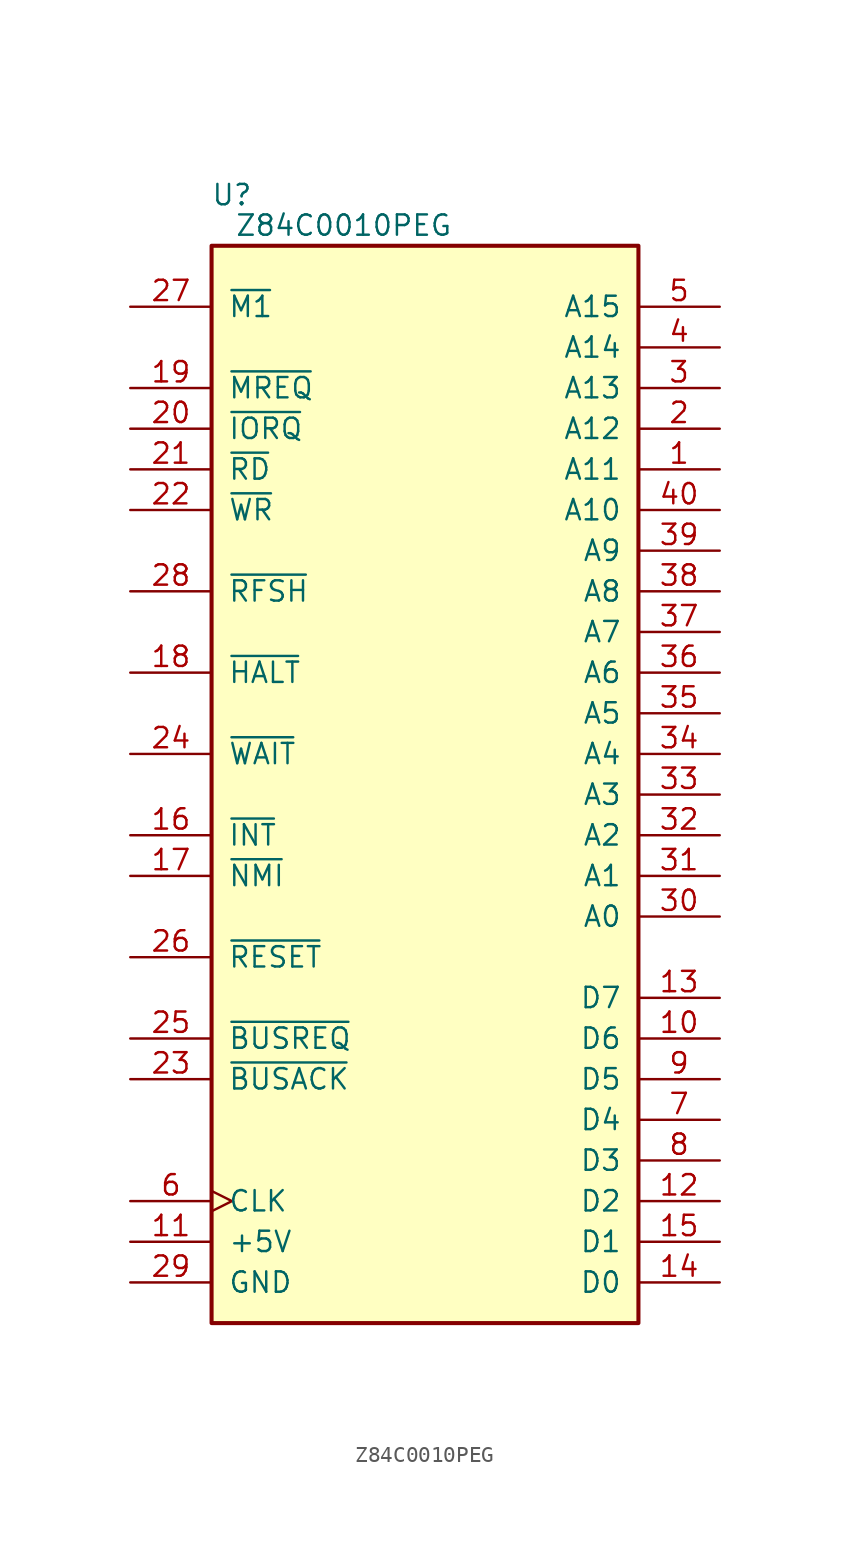
<source format=kicad_sym>
(kicad_symbol_lib
  (version 20211014)
  (generator kicad_symbol_editor)
  (symbol "Z84C0010PEG"
    (pin_names
      (offset 1.016))
    (property "Reference" "U"
      (at 1.27 3.175 0)
      (effects (font (size 1.27 1.27))))
    (property "Value" "Z84C0010PEG"
      (at 8.255 1.27 0)
      (effects (font (size 1.27 1.27))))
    (symbol "Z84C0010PEG_0_1"
      (rectangle (start 0 0) (end 26.67 -67.31) (stroke (width 0.254) (type default) (color 0 0 0 0)) (fill (type background))))
    (symbol "Z84C0010PEG_1_1"
      (pin output line (at 31.75 -13.97 180) (length 5.08) (name "A11" (effects (font (size 1.27 1.27)))) (number "1" (effects (font (size 1.27 1.27)))))
      (pin bidirectional line (at 31.75 -49.53 180) (length 5.08) (name "D6" (effects (font (size 1.27 1.27)))) (number "10" (effects (font (size 1.27 1.27)))))
      (pin power_in line (at -5.08 -62.23 0) (length 5.08) (name "+5V" (effects (font (size 1.27 1.27)))) (number "11" (effects (font (size 1.27 1.27)))))
      (pin bidirectional line (at 31.75 -59.69 180) (length 5.08) (name "D2" (effects (font (size 1.27 1.27)))) (number "12" (effects (font (size 1.27 1.27)))))
      (pin bidirectional line (at 31.75 -46.99 180) (length 5.08) (name "D7" (effects (font (size 1.27 1.27)))) (number "13" (effects (font (size 1.27 1.27)))))
      (pin bidirectional line (at 31.75 -64.77 180) (length 5.08) (name "D0" (effects (font (size 1.27 1.27)))) (number "14" (effects (font (size 1.27 1.27)))))
      (pin bidirectional line (at 31.75 -62.23 180) (length 5.08) (name "D1" (effects (font (size 1.27 1.27)))) (number "15" (effects (font (size 1.27 1.27)))))
      (pin input line (at -5.08 -36.83 0) (length 5.08) (name "~{INT}" (effects (font (size 1.27 1.27)))) (number "16" (effects (font (size 1.27 1.27)))))
      (pin input line (at -5.08 -39.37 0) (length 5.08) (name "~{NMI}" (effects (font (size 1.27 1.27)))) (number "17" (effects (font (size 1.27 1.27)))))
      (pin output line (at -5.08 -26.67 0) (length 5.08) (name "~{HALT}" (effects (font (size 1.27 1.27)))) (number "18" (effects (font (size 1.27 1.27)))))
      (pin output line (at -5.08 -8.89 0) (length 5.08) (name "~{MREQ}" (effects (font (size 1.27 1.27)))) (number "19" (effects (font (size 1.27 1.27)))))
      (pin output line (at 31.75 -11.43 180) (length 5.08) (name "A12" (effects (font (size 1.27 1.27)))) (number "2" (effects (font (size 1.27 1.27)))))
      (pin output line (at -5.08 -11.43 0) (length 5.08) (name "~{IORQ}" (effects (font (size 1.27 1.27)))) (number "20" (effects (font (size 1.27 1.27)))))
      (pin output line (at -5.08 -13.97 0) (length 5.08) (name "~{RD}" (effects (font (size 1.27 1.27)))) (number "21" (effects (font (size 1.27 1.27)))))
      (pin output line (at -5.08 -16.51 0) (length 5.08) (name "~{WR}" (effects (font (size 1.27 1.27)))) (number "22" (effects (font (size 1.27 1.27)))))
      (pin output line (at -5.08 -52.07 0) (length 5.08) (name "~{BUSACK}" (effects (font (size 1.27 1.27)))) (number "23" (effects (font (size 1.27 1.27)))))
      (pin input line (at -5.08 -31.75 0) (length 5.08) (name "~{WAIT}" (effects (font (size 1.27 1.27)))) (number "24" (effects (font (size 1.27 1.27)))))
      (pin input line (at -5.08 -49.53 0) (length 5.08) (name "~{BUSREQ}" (effects (font (size 1.27 1.27)))) (number "25" (effects (font (size 1.27 1.27)))))
      (pin input line (at -5.08 -44.45 0) (length 5.08) (name "~{RESET}" (effects (font (size 1.27 1.27)))) (number "26" (effects (font (size 1.27 1.27)))))
      (pin output line (at -5.08 -3.81 0) (length 5.08) (name "~{M1}" (effects (font (size 1.27 1.27)))) (number "27" (effects (font (size 1.27 1.27)))))
      (pin output line (at -5.08 -21.59 0) (length 5.08) (name "~{RFSH}" (effects (font (size 1.27 1.27)))) (number "28" (effects (font (size 1.27 1.27)))))
      (pin power_in line (at -5.08 -64.77 0) (length 5.08) (name "GND" (effects (font (size 1.27 1.27)))) (number "29" (effects (font (size 1.27 1.27)))))
      (pin output line (at 31.75 -8.89 180) (length 5.08) (name "A13" (effects (font (size 1.27 1.27)))) (number "3" (effects (font (size 1.27 1.27)))))
      (pin output line (at 31.75 -41.91 180) (length 5.08) (name "A0" (effects (font (size 1.27 1.27)))) (number "30" (effects (font (size 1.27 1.27)))))
      (pin output line (at 31.75 -39.37 180) (length 5.08) (name "A1" (effects (font (size 1.27 1.27)))) (number "31" (effects (font (size 1.27 1.27)))))
      (pin output line (at 31.75 -36.83 180) (length 5.08) (name "A2" (effects (font (size 1.27 1.27)))) (number "32" (effects (font (size 1.27 1.27)))))
      (pin output line (at 31.75 -34.29 180) (length 5.08) (name "A3" (effects (font (size 1.27 1.27)))) (number "33" (effects (font (size 1.27 1.27)))))
      (pin output line (at 31.75 -31.75 180) (length 5.08) (name "A4" (effects (font (size 1.27 1.27)))) (number "34" (effects (font (size 1.27 1.27)))))
      (pin output line (at 31.75 -29.21 180) (length 5.08) (name "A5" (effects (font (size 1.27 1.27)))) (number "35" (effects (font (size 1.27 1.27)))))
      (pin output line (at 31.75 -26.67 180) (length 5.08) (name "A6" (effects (font (size 1.27 1.27)))) (number "36" (effects (font (size 1.27 1.27)))))
      (pin output line (at 31.75 -24.13 180) (length 5.08) (name "A7" (effects (font (size 1.27 1.27)))) (number "37" (effects (font (size 1.27 1.27)))))
      (pin output line (at 31.75 -21.59 180) (length 5.08) (name "A8" (effects (font (size 1.27 1.27)))) (number "38" (effects (font (size 1.27 1.27)))))
      (pin output line (at 31.75 -19.05 180) (length 5.08) (name "A9" (effects (font (size 1.27 1.27)))) (number "39" (effects (font (size 1.27 1.27)))))
      (pin output line (at 31.75 -6.35 180) (length 5.08) (name "A14" (effects (font (size 1.27 1.27)))) (number "4" (effects (font (size 1.27 1.27)))))
      (pin output line (at 31.75 -16.51 180) (length 5.08) (name "A10" (effects (font (size 1.27 1.27)))) (number "40" (effects (font (size 1.27 1.27)))))
      (pin output line (at 31.75 -3.81 180) (length 5.08) (name "A15" (effects (font (size 1.27 1.27)))) (number "5" (effects (font (size 1.27 1.27)))))
      (pin input clock (at -5.08 -59.69 0) (length 5.08) (name "CLK" (effects (font (size 1.27 1.27)))) (number "6" (effects (font (size 1.27 1.27)))))
      (pin bidirectional line (at 31.75 -54.61 180) (length 5.08) (name "D4" (effects (font (size 1.27 1.27)))) (number "7" (effects (font (size 1.27 1.27)))))
      (pin bidirectional line (at 31.75 -57.15 180) (length 5.08) (name "D3" (effects (font (size 1.27 1.27)))) (number "8" (effects (font (size 1.27 1.27)))))
      (pin bidirectional line (at 31.75 -52.07 180) (length 5.08) (name "D5" (effects (font (size 1.27 1.27)))) (number "9" (effects (font (size 1.27 1.27))))))))
</source>
